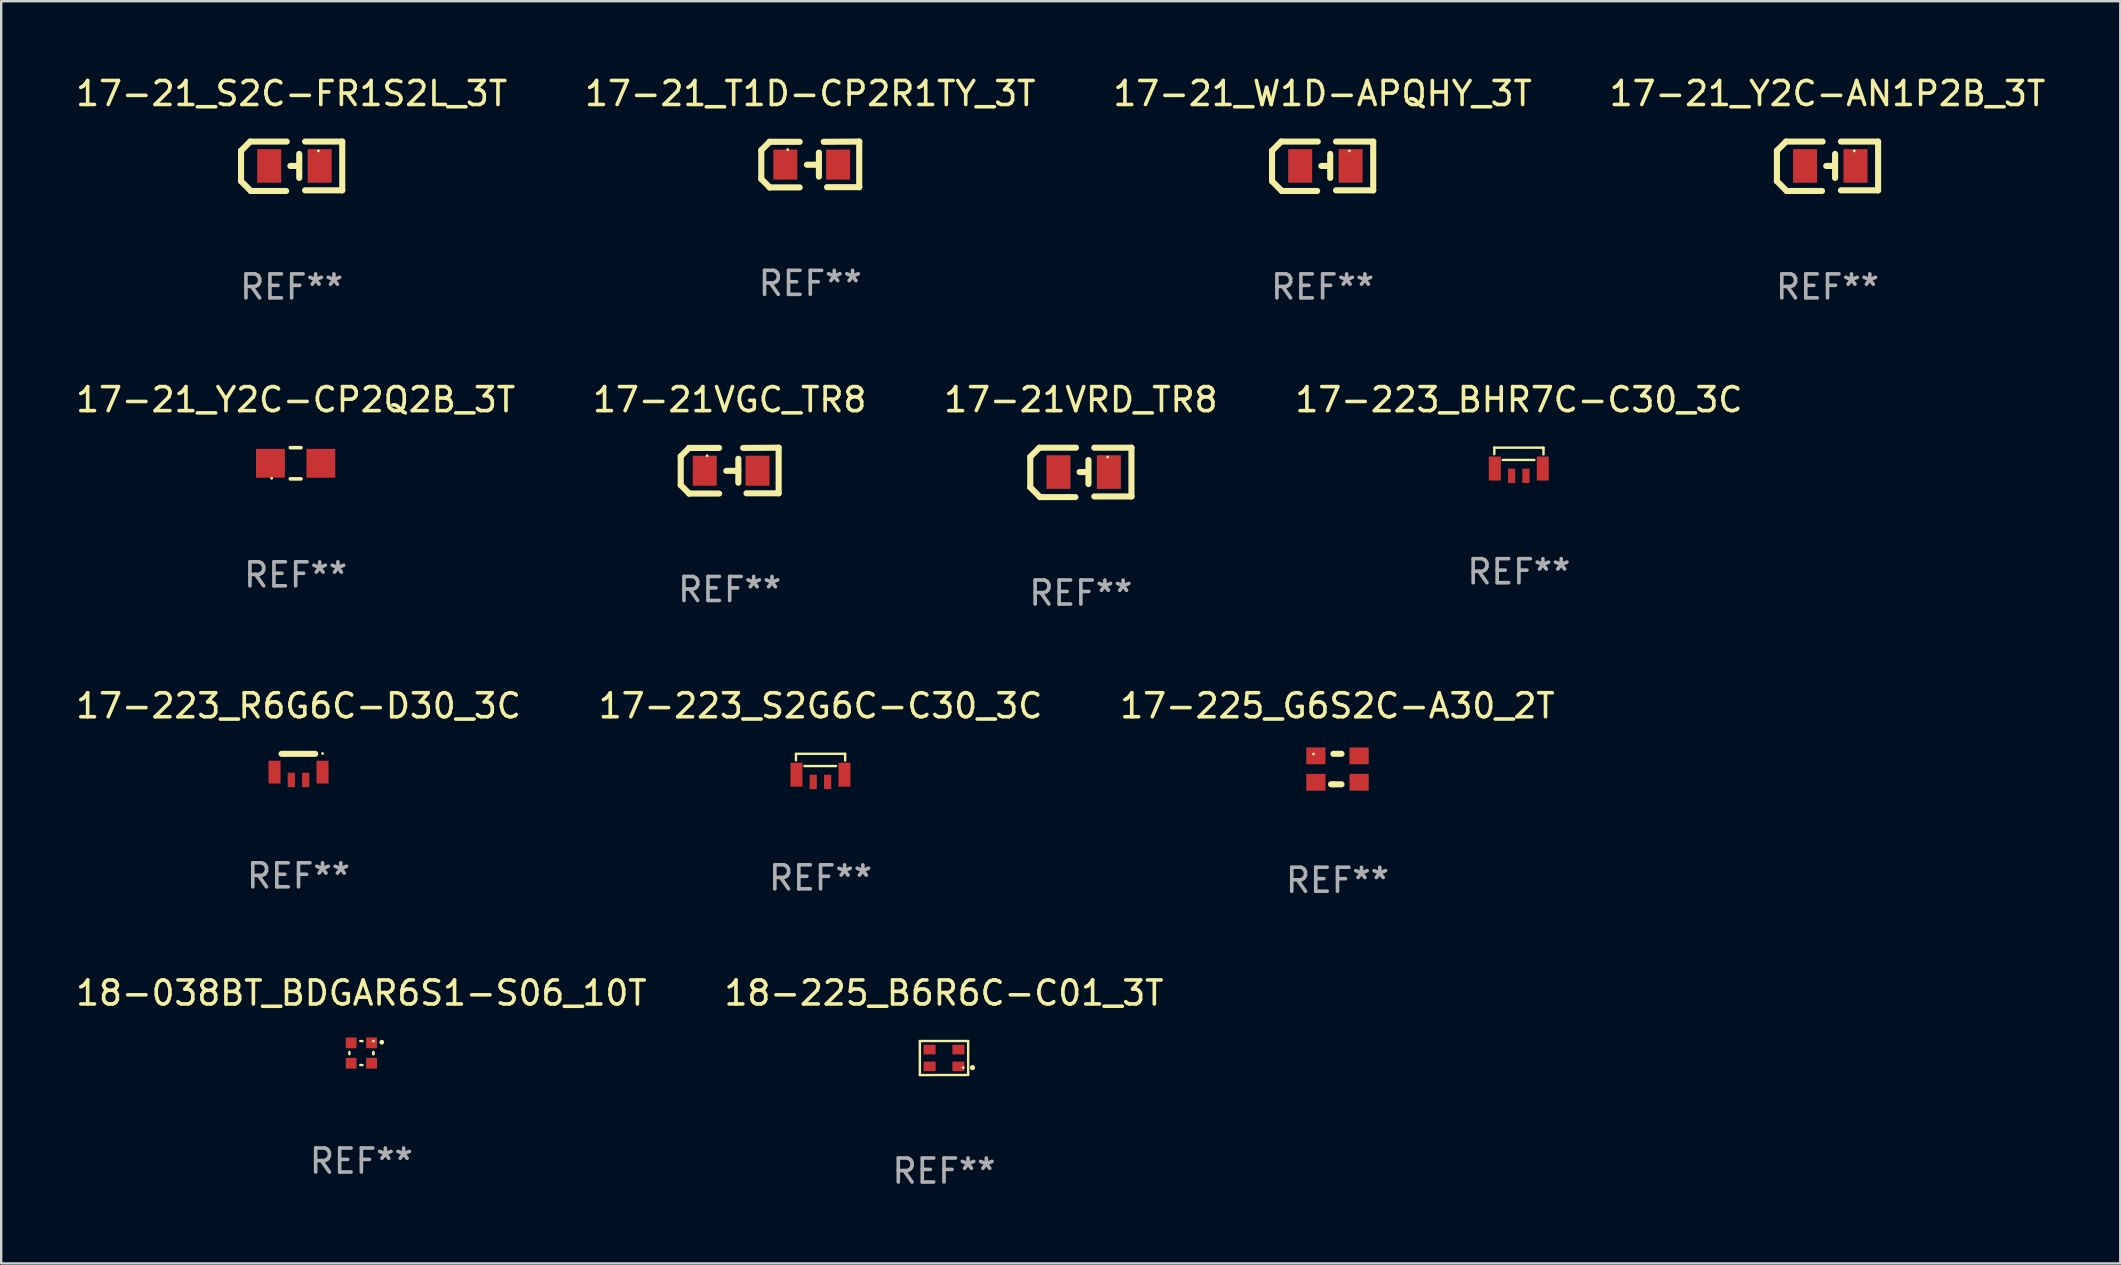
<source format=kicad_pcb>
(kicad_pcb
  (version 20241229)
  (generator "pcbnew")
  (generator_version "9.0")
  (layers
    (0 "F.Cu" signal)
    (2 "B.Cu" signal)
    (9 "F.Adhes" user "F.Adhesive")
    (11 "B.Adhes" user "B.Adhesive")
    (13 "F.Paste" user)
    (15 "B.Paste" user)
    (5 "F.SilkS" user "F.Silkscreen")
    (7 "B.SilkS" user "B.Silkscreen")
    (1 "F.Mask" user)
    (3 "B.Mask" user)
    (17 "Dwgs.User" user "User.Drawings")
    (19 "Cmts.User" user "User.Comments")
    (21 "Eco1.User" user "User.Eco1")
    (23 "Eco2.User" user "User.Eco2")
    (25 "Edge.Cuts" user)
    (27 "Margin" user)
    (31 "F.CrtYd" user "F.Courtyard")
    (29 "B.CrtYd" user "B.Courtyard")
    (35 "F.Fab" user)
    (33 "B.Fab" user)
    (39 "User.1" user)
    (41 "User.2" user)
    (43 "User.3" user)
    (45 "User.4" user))
  (footprint "17-21_S2C-FR1S2L_3T"
    (layer "F.Cu")
    (at 9.101 3.877)
    (property "Reference" "17-21_S2C-FR1S2L_3T" (at 0 -3.029 0) (layer "F.SilkS") (effects (font (size 1 1) (thickness 0.15))))
    (attr through_hole)
    (fp_line (start -2.108 -0.648) (end -1.727 -1.029) (stroke (width 0.254) (type solid)) (layer "F.SilkS"))
    (fp_line (start -2.108 0.622) (end -2.108 -0.648) (stroke (width 0.254) (type solid)) (layer "F.SilkS"))
    (fp_line (start -1.727 -1.029) (end -0.203 -1.029) (stroke (width 0.254) (type solid)) (layer "F.SilkS"))
    (fp_line (start -1.702 1.029) (end -2.108 0.622) (stroke (width 0.254) (type solid)) (layer "F.SilkS"))
    (fp_line (start -0.229 1.029) (end -1.702 1.029) (stroke (width 0.254) (type solid)) (layer "F.SilkS"))
    (fp_line (start 0.216 -0.014) (end -0.053 -0.014) (stroke (width 0.254) (type solid)) (layer "F.SilkS"))
    (fp_line (start 0.316 -0.514) (end 0.316 0.486) (stroke (width 0.254) (type solid)) (layer "F.SilkS"))
    (fp_line (start 0.559 1.003) (end 2.108 1.003) (stroke (width 0.254) (type solid)) (layer "F.SilkS"))
    (fp_line (start 2.108 -1.029) (end 0.559 -1.029) (stroke (width 0.254) (type solid)) (layer "F.SilkS"))
    (fp_line (start 2.108 1.003) (end 2.108 -1.029) (stroke (width 0.254) (type solid)) (layer "F.SilkS"))
    (fp_circle (center 1.116 -0.639) (end 1.146 -0.639) (stroke (width 0.06) (type solid)) (fill no) (layer "F.SilkS"))
    (fp_text user "REF**" (at 0 5.029 0) (layer "F.Fab") (effects (font (size 1 1) (thickness 0.15))))
    (pad "1" smd rect (at 1.166 -0.014 180) (size 1 1.4) (layers "F.Cu" "F.Mask" "F.Paste"))
    (pad "2" smd rect (at -0.935 -0.014 180) (size 1 1.4) (layers "F.Cu" "F.Mask" "F.Paste")))
  (footprint "17-223_BHR7C-C30_3C"
    (layer "F.Cu")
    (at 60.232 16.187)
    (property "Reference" "17-223_BHR7C-C30_3C" (at 0 -2.585 0) (layer "F.SilkS") (effects (font (size 1 1) (thickness 0.15))))
    (attr through_hole)
    (fp_line (start -1.025 -0.585) (end 1.025 -0.585) (stroke (width 0.1) (type solid)) (layer "F.SilkS"))
    (fp_line (start -1.025 -0.315) (end -1.025 -0.585) (stroke (width 0.1) (type solid)) (layer "F.SilkS"))
    (fp_line (start -0.675 -0.075) (end 0.645 -0.075) (stroke (width 0.1) (type solid)) (layer "F.SilkS"))
    (fp_line (start 1.025 -0.585) (end 1.025 -0.305) (stroke (width 0.1) (type solid)) (layer "F.SilkS"))
    (fp_circle (center 0.995 -0.565) (end 1.025 -0.565) (stroke (width 0.06) (type solid)) (fill no) (layer "F.SilkS"))
    (fp_text user "REF**" (at 0 4.585 0) (layer "F.Fab") (effects (font (size 1 1) (thickness 0.15))))
    (pad "1" smd rect (at 0.995 0.285 180) (size 0.5 1) (layers "F.Cu" "F.Mask" "F.Paste"))
    (pad "2" smd rect (at 0.295 0.585 270) (size 0.6 0.3) (layers "F.Cu" "F.Mask" "F.Paste"))
    (pad "3" smd rect (at -0.305 0.585 270) (size 0.6 0.3) (layers "F.Cu" "F.Mask" "F.Paste"))
    (pad "4" smd rect (at -1.005 0.285 180) (size 0.5 1) (layers "F.Cu" "F.Mask" "F.Paste")))
  (footprint "18-038BT_BDGAR6S1-S06_10T"
    (layer "F.Cu")
    (at 12.006 40.823)
    (property "Reference" "18-038BT_BDGAR6S1-S06_10T" (at 0 -2.5 0) (layer "F.SilkS") (effects (font (size 1 1) (thickness 0.15))))
    (attr through_hole)
    (fp_line (start -0.5 0.046) (end -0.5 -0.046) (stroke (width 0.1) (type solid)) (layer "F.SilkS"))
    (fp_line (start -0.046 -0.5) (end 0.046 -0.5) (stroke (width 0.1) (type solid)) (layer "F.SilkS"))
    (fp_line (start 0.046 0.5) (end -0.046 0.5) (stroke (width 0.1) (type solid)) (layer "F.SilkS"))
    (fp_line (start 0.5 0) (end 0.5 0.046) (stroke (width 0.1) (type solid)) (layer "F.SilkS"))
    (fp_line (start 0.5 0.046) (end 0.5 -0.046) (stroke (width 0.1) (type solid)) (layer "F.SilkS"))
    (fp_circle (center 0.5 -0.5) (end 0.53 -0.5) (stroke (width 0.06) (type solid)) (fill no) (layer "F.SilkS"))
    (fp_circle (center 0.85 -0.45) (end 0.9 -0.45) (stroke (width 0.1) (type solid)) (fill no) (layer "F.SilkS"))
    (fp_text user "REF**" (at 0 4.5 0) (layer "F.Fab") (effects (font (size 1 1) (thickness 0.15))))
    (pad "1" smd rect (at 0.425 -0.425 180) (size 0.45 0.45) (layers "F.Cu" "F.Mask" "F.Paste"))
    (pad "2" smd rect (at 0.425 0.425 180) (size 0.45 0.45) (layers "F.Cu" "F.Mask" "F.Paste"))
    (pad "3" smd rect (at -0.425 0.425 180) (size 0.45 0.45) (layers "F.Cu" "F.Mask" "F.Paste"))
    (pad "4" smd rect (at -0.425 -0.425 180) (size 0.45 0.45) (layers "F.Cu" "F.Mask" "F.Paste")))
  (footprint "17-21VGC_TR8"
    (layer "F.Cu")
    (at 27.351 16.557)
    (property "Reference" "17-21VGC_TR8" (at 0 -2.955 0) (layer "F.SilkS") (effects (font (size 1 1) (thickness 0.15))))
    (attr through_hole)
    (fp_line (start -2.04 -0.595) (end -2.04 0.605) (stroke (width 0.254) (type solid)) (layer "F.SilkS"))
    (fp_line (start -1.69 -0.945) (end -1.69 -0.945) (stroke (width 0.254) (type solid)) (layer "F.SilkS"))
    (fp_line (start -1.69 -0.945) (end -2.04 -0.595) (stroke (width 0.254) (type solid)) (layer "F.SilkS"))
    (fp_line (start -1.69 0.955) (end -2.04 0.605) (stroke (width 0.254) (type solid)) (layer "F.SilkS"))
    (fp_line (start -1.69 0.955) (end -1.69 0.955) (stroke (width 0.254) (type solid)) (layer "F.SilkS"))
    (fp_line (start -0.44 -0.945) (end -1.69 -0.945) (stroke (width 0.254) (type solid)) (layer "F.SilkS"))
    (fp_line (start -0.44 0.955) (end -1.69 0.955) (stroke (width 0.254) (type solid)) (layer "F.SilkS"))
    (fp_line (start 0.36 -0.495) (end 0.36 0.505) (stroke (width 0.254) (type solid)) (layer "F.SilkS"))
    (fp_line (start 0.36 0.01) (end -0.14 0.01) (stroke (width 0.254) (type solid)) (layer "F.SilkS"))
    (fp_line (start 0.56 -0.945) (end 2.04 -0.955) (stroke (width 0.254) (type solid)) (layer "F.SilkS"))
    (fp_line (start 0.7 0.945) (end 2.04 0.945) (stroke (width 0.254) (type solid)) (layer "F.SilkS"))
    (fp_line (start 2.04 -0.955) (end 2.04 0.945) (stroke (width 0.254) (type solid)) (layer "F.SilkS"))
    (fp_circle (center -0.94 -0.62) (end -0.91 -0.62) (stroke (width 0.06) (type solid)) (fill no) (layer "F.SilkS"))
    (fp_text user "REF**" (at 0 4.955 0) (layer "F.Fab") (effects (font (size 1 1) (thickness 0.15))))
    (pad "1" smd rect (at -1.04 0.005 180) (size 1 1.25) (layers "F.Cu" "F.Mask" "F.Paste"))
    (pad "2" smd rect (at 1.16 0.005 180) (size 1 1.25) (layers "F.Cu" "F.Mask" "F.Paste")))
  (footprint "17-225_G6S2C-A30_2T"
    (layer "F.Cu")
    (at 52.673 28.991)
    (property "Reference" "17-225_G6S2C-A30_2T" (at 0 -2.635 0) (layer "F.SilkS") (effects (font (size 1 1) (thickness 0.15))))
    (attr through_hole)
    (fp_line (start -0.169 -0.635) (end 0.169 -0.635) (stroke (width 0.254) (type solid)) (layer "F.SilkS"))
    (fp_line (start -0.169 0.635) (end -0.269 0.635) (stroke (width 0.254) (type solid)) (layer "F.SilkS"))
    (fp_line (start -0.169 0.635) (end 0.169 0.635) (stroke (width 0.254) (type solid)) (layer "F.SilkS"))
    (fp_circle (center -1 -0.625) (end -0.97 -0.625) (stroke (width 0.06) (type solid)) (fill no) (layer "F.SilkS"))
    (fp_text user "REF**" (at 0 4.635 0) (layer "F.Fab") (effects (font (size 1 1) (thickness 0.15))))
    (pad "1" smd rect (at -0.9 -0.55 180) (size 0.8 0.7) (layers "F.Cu" "F.Mask" "F.Paste"))
    (pad "2" smd rect (at -0.9 0.55 180) (size 0.8 0.7) (layers "F.Cu" "F.Mask" "F.Paste"))
    (pad "3" smd rect (at 0.9 -0.55 180) (size 0.8 0.7) (layers "F.Cu" "F.Mask" "F.Paste"))
    (pad "4" smd rect (at 0.9 0.55 180) (size 0.8 0.7) (layers "F.Cu" "F.Mask" "F.Paste")))
  (footprint "17-223_S2G6C-C30_3C"
    (layer "F.Cu")
    (at 31.137 28.941)
    (property "Reference" "17-223_S2G6C-C30_3C" (at 0 -2.585 0) (layer "F.SilkS") (effects (font (size 1 1) (thickness 0.15))))
    (attr through_hole)
    (fp_line (start -1.025 -0.585) (end 1.025 -0.585) (stroke (width 0.1) (type solid)) (layer "F.SilkS"))
    (fp_line (start -1.025 -0.315) (end -1.025 -0.585) (stroke (width 0.1) (type solid)) (layer "F.SilkS"))
    (fp_line (start -0.675 -0.075) (end 0.645 -0.075) (stroke (width 0.1) (type solid)) (layer "F.SilkS"))
    (fp_line (start 1.025 -0.585) (end 1.025 -0.305) (stroke (width 0.1) (type solid)) (layer "F.SilkS"))
    (fp_circle (center 0.995 -0.565) (end 1.025 -0.565) (stroke (width 0.06) (type solid)) (fill no) (layer "F.SilkS"))
    (fp_text user "REF**" (at 0 4.585 0) (layer "F.Fab") (effects (font (size 1 1) (thickness 0.15))))
    (pad "1" smd rect (at 0.995 0.285 180) (size 0.5 1) (layers "F.Cu" "F.Mask" "F.Paste"))
    (pad "2" smd rect (at 0.295 0.585 270) (size 0.6 0.3) (layers "F.Cu" "F.Mask" "F.Paste"))
    (pad "3" smd rect (at -0.305 0.585 270) (size 0.6 0.3) (layers "F.Cu" "F.Mask" "F.Paste"))
    (pad "4" smd rect (at -1.005 0.285 180) (size 0.5 1) (layers "F.Cu" "F.Mask" "F.Paste")))
  (footprint "17-223_R6G6C-D30_3C"
    (layer "F.Cu")
    (at 9.387 28.9)
    (property "Reference" "17-223_R6G6C-D30_3C" (at 0 -2.543 0) (layer "F.SilkS") (effects (font (size 1 1) (thickness 0.15))))
    (attr through_hole)
    (fp_line (start -0.705 -0.543) (end 0.695 -0.543) (stroke (width 0.254) (type solid)) (layer "F.SilkS"))
    (fp_circle (center 1.001 -0.557) (end 1.031 -0.557) (stroke (width 0.06) (type solid)) (fill no) (layer "F.SilkS"))
    (fp_text user "REF**" (at 0 4.543 0) (layer "F.Fab") (effects (font (size 1 1) (thickness 0.15))))
    (pad "1" smd rect (at 1 0.219) (size 0.5 0.95) (layers "F.Cu" "F.Mask" "F.Paste"))
    (pad "2" smd rect (at 0.3 0.543) (size 0.3 0.6) (layers "F.Cu" "F.Mask" "F.Paste"))
    (pad "3" smd rect (at -0.3 0.543) (size 0.3 0.6) (layers "F.Cu" "F.Mask" "F.Paste"))
    (pad "4" smd rect (at -1 0.219) (size 0.5 0.95) (layers "F.Cu" "F.Mask" "F.Paste")))
  (footprint "18-225_B6R6C-C01_3T"
    (layer "F.Cu")
    (at 36.28 41.031)
    (property "Reference" "18-225_B6R6C-C01_3T" (at 0 -2.709 0) (layer "F.SilkS") (effects (font (size 1 1) (thickness 0.15))))
    (attr through_hole)
    (fp_line (start -1.006 -0.709) (end -1.006 0.709) (stroke (width 0.1) (type solid)) (layer "F.SilkS"))
    (fp_line (start -1.006 0.709) (end 1.005 0.705) (stroke (width 0.1) (type solid)) (layer "F.SilkS"))
    (fp_line (start 1.006 -0.709) (end -1.006 -0.709) (stroke (width 0.1) (type solid)) (layer "F.SilkS"))
    (fp_line (start 1.006 0.597) (end 1.006 -0.709) (stroke (width 0.1) (type solid)) (layer "F.SilkS"))
    (fp_line (start 1.006 0.597) (end 1.006 0.705) (stroke (width 0.1) (type solid)) (layer "F.SilkS"))
    (fp_circle (center 0.8 0.398) (end 0.83 0.398) (stroke (width 0.06) (type solid)) (fill no) (layer "F.SilkS"))
    (fp_circle (center 1.185 0.398) (end 1.243 0.398) (stroke (width 0.1) (type solid)) (fill no) (layer "F.SilkS"))
    (fp_text user "REF**" (at 0 4.709 0) (layer "F.Fab") (effects (font (size 1 1) (thickness 0.15))))
    (pad "1" smd rect (at 0.6 0.347) (size 0.5 0.4) (layers "F.Cu" "F.Mask" "F.Paste"))
    (pad "2" smd rect (at 0.6 -0.353) (size 0.5 0.4) (layers "F.Cu" "F.Mask" "F.Paste"))
    (pad "3" smd rect (at -0.6 -0.353) (size 0.5 0.4) (layers "F.Cu" "F.Mask" "F.Paste"))
    (pad "4" smd rect (at -0.6 0.347) (size 0.5 0.4) (layers "F.Cu" "F.Mask" "F.Paste")))
  (footprint "17-21_Y2C-AN1P2B_3T"
    (layer "F.Cu")
    (at 73.089 3.877)
    (property "Reference" "17-21_Y2C-AN1P2B_3T" (at 0 -3.029 0) (layer "F.SilkS") (effects (font (size 1 1) (thickness 0.15))))
    (attr through_hole)
    (fp_line (start -2.108 -0.648) (end -1.727 -1.029) (stroke (width 0.254) (type solid)) (layer "F.SilkS"))
    (fp_line (start -2.108 0.622) (end -2.108 -0.648) (stroke (width 0.254) (type solid)) (layer "F.SilkS"))
    (fp_line (start -1.727 -1.029) (end -0.203 -1.029) (stroke (width 0.254) (type solid)) (layer "F.SilkS"))
    (fp_line (start -1.702 1.029) (end -2.108 0.622) (stroke (width 0.254) (type solid)) (layer "F.SilkS"))
    (fp_line (start -0.229 1.029) (end -1.702 1.029) (stroke (width 0.254) (type solid)) (layer "F.SilkS"))
    (fp_line (start 0.216 -0.014) (end -0.053 -0.014) (stroke (width 0.254) (type solid)) (layer "F.SilkS"))
    (fp_line (start 0.316 -0.514) (end 0.316 0.486) (stroke (width 0.254) (type solid)) (layer "F.SilkS"))
    (fp_line (start 0.559 1.003) (end 2.108 1.003) (stroke (width 0.254) (type solid)) (layer "F.SilkS"))
    (fp_line (start 2.108 -1.029) (end 0.559 -1.029) (stroke (width 0.254) (type solid)) (layer "F.SilkS"))
    (fp_line (start 2.108 1.003) (end 2.108 -1.029) (stroke (width 0.254) (type solid)) (layer "F.SilkS"))
    (fp_circle (center 1.116 -0.639) (end 1.146 -0.639) (stroke (width 0.06) (type solid)) (fill no) (layer "F.SilkS"))
    (fp_text user "REF**" (at 0 5.029 0) (layer "F.Fab") (effects (font (size 1 1) (thickness 0.15))))
    (pad "1" smd rect (at 1.166 -0.014 180) (size 1 1.4) (layers "F.Cu" "F.Mask" "F.Paste"))
    (pad "2" smd rect (at -0.935 -0.014 180) (size 1 1.4) (layers "F.Cu" "F.Mask" "F.Paste")))
  (footprint "17-21VRD_TR8"
    (layer "F.Cu")
    (at 41.982 16.631)
    (property "Reference" "17-21VRD_TR8" (at 0 -3.029 0) (layer "F.SilkS") (effects (font (size 1 1) (thickness 0.15))))
    (attr through_hole)
    (fp_line (start -2.108 -0.648) (end -1.727 -1.029) (stroke (width 0.254) (type solid)) (layer "F.SilkS"))
    (fp_line (start -2.108 0.622) (end -2.108 -0.648) (stroke (width 0.254) (type solid)) (layer "F.SilkS"))
    (fp_line (start -1.727 -1.029) (end -0.203 -1.029) (stroke (width 0.254) (type solid)) (layer "F.SilkS"))
    (fp_line (start -1.702 1.029) (end -2.108 0.622) (stroke (width 0.254) (type solid)) (layer "F.SilkS"))
    (fp_line (start -0.229 1.029) (end -1.702 1.029) (stroke (width 0.254) (type solid)) (layer "F.SilkS"))
    (fp_line (start 0.216 -0.014) (end -0.053 -0.014) (stroke (width 0.254) (type solid)) (layer "F.SilkS"))
    (fp_line (start 0.316 -0.514) (end 0.316 0.486) (stroke (width 0.254) (type solid)) (layer "F.SilkS"))
    (fp_line (start 0.559 1.003) (end 2.108 1.003) (stroke (width 0.254) (type solid)) (layer "F.SilkS"))
    (fp_line (start 2.108 -1.029) (end 0.559 -1.029) (stroke (width 0.254) (type solid)) (layer "F.SilkS"))
    (fp_line (start 2.108 1.003) (end 2.108 -1.029) (stroke (width 0.254) (type solid)) (layer "F.SilkS"))
    (fp_circle (center 1.116 -0.639) (end 1.146 -0.639) (stroke (width 0.06) (type solid)) (fill no) (layer "F.SilkS"))
    (fp_text user "REF**" (at 0 5.029 0) (layer "F.Fab") (effects (font (size 1 1) (thickness 0.15))))
    (pad "1" smd rect (at 1.166 -0.014 180) (size 1 1.4) (layers "F.Cu" "F.Mask" "F.Paste"))
    (pad "2" smd rect (at -0.935 -0.014 180) (size 1 1.4) (layers "F.Cu" "F.Mask" "F.Paste")))
  (footprint "17-21_T1D-CP2R1TY_3T"
    (layer "F.Cu")
    (at 30.708 3.803)
    (property "Reference" "17-21_T1D-CP2R1TY_3T" (at 0 -2.955 0) (layer "F.SilkS") (effects (font (size 1 1) (thickness 0.15))))
    (attr through_hole)
    (fp_line (start -2.04 -0.595) (end -2.04 0.605) (stroke (width 0.254) (type solid)) (layer "F.SilkS"))
    (fp_line (start -1.69 -0.945) (end -1.69 -0.945) (stroke (width 0.254) (type solid)) (layer "F.SilkS"))
    (fp_line (start -1.69 -0.945) (end -2.04 -0.595) (stroke (width 0.254) (type solid)) (layer "F.SilkS"))
    (fp_line (start -1.69 0.955) (end -2.04 0.605) (stroke (width 0.254) (type solid)) (layer "F.SilkS"))
    (fp_line (start -1.69 0.955) (end -1.69 0.955) (stroke (width 0.254) (type solid)) (layer "F.SilkS"))
    (fp_line (start -0.44 -0.945) (end -1.69 -0.945) (stroke (width 0.254) (type solid)) (layer "F.SilkS"))
    (fp_line (start -0.44 0.955) (end -1.69 0.955) (stroke (width 0.254) (type solid)) (layer "F.SilkS"))
    (fp_line (start 0.36 -0.495) (end 0.36 0.505) (stroke (width 0.254) (type solid)) (layer "F.SilkS"))
    (fp_line (start 0.36 0.01) (end -0.14 0.01) (stroke (width 0.254) (type solid)) (layer "F.SilkS"))
    (fp_line (start 0.56 -0.945) (end 2.04 -0.955) (stroke (width 0.254) (type solid)) (layer "F.SilkS"))
    (fp_line (start 0.7 0.945) (end 2.04 0.945) (stroke (width 0.254) (type solid)) (layer "F.SilkS"))
    (fp_line (start 2.04 -0.955) (end 2.04 0.945) (stroke (width 0.254) (type solid)) (layer "F.SilkS"))
    (fp_circle (center -0.94 -0.62) (end -0.91 -0.62) (stroke (width 0.06) (type solid)) (fill no) (layer "F.SilkS"))
    (fp_text user "REF**" (at 0 4.955 0) (layer "F.Fab") (effects (font (size 1 1) (thickness 0.15))))
    (pad "1" smd rect (at -1.04 0.005 180) (size 1 1.25) (layers "F.Cu" "F.Mask" "F.Paste"))
    (pad "2" smd rect (at 1.16 0.005 180) (size 1 1.25) (layers "F.Cu" "F.Mask" "F.Paste")))
  (footprint "17-21_W1D-APQHY_3T"
    (layer "F.Cu")
    (at 52.054 3.877)
    (property "Reference" "17-21_W1D-APQHY_3T" (at 0 -3.029 0) (layer "F.SilkS") (effects (font (size 1 1) (thickness 0.15))))
    (attr through_hole)
    (fp_line (start -2.108 -0.648) (end -1.727 -1.029) (stroke (width 0.254) (type solid)) (layer "F.SilkS"))
    (fp_line (start -2.108 0.622) (end -2.108 -0.648) (stroke (width 0.254) (type solid)) (layer "F.SilkS"))
    (fp_line (start -1.727 -1.029) (end -0.203 -1.029) (stroke (width 0.254) (type solid)) (layer "F.SilkS"))
    (fp_line (start -1.702 1.029) (end -2.108 0.622) (stroke (width 0.254) (type solid)) (layer "F.SilkS"))
    (fp_line (start -0.229 1.029) (end -1.702 1.029) (stroke (width 0.254) (type solid)) (layer "F.SilkS"))
    (fp_line (start 0.216 -0.014) (end -0.053 -0.014) (stroke (width 0.254) (type solid)) (layer "F.SilkS"))
    (fp_line (start 0.316 -0.514) (end 0.316 0.486) (stroke (width 0.254) (type solid)) (layer "F.SilkS"))
    (fp_line (start 0.559 1.003) (end 2.108 1.003) (stroke (width 0.254) (type solid)) (layer "F.SilkS"))
    (fp_line (start 2.108 -1.029) (end 0.559 -1.029) (stroke (width 0.254) (type solid)) (layer "F.SilkS"))
    (fp_line (start 2.108 1.003) (end 2.108 -1.029) (stroke (width 0.254) (type solid)) (layer "F.SilkS"))
    (fp_circle (center 1.116 -0.639) (end 1.146 -0.639) (stroke (width 0.06) (type solid)) (fill no) (layer "F.SilkS"))
    (fp_text user "REF**" (at 0 5.029 0) (layer "F.Fab") (effects (font (size 1 1) (thickness 0.15))))
    (pad "1" smd rect (at 1.166 -0.014 180) (size 1 1.4) (layers "F.Cu" "F.Mask" "F.Paste"))
    (pad "2" smd rect (at -0.935 -0.014 180) (size 1 1.4) (layers "F.Cu" "F.Mask" "F.Paste")))
  (footprint "17-21_Y2C-CP2Q2B_3T"
    (layer "F.Cu")
    (at 9.268 16.252)
    (property "Reference" "17-21_Y2C-CP2Q2B_3T" (at 0 -2.65 0) (layer "F.SilkS") (effects (font (size 1 1) (thickness 0.15))))
    (attr through_hole)
    (fp_line (start -0.222 -0.65) (end 0.222 -0.65) (stroke (width 0.15) (type solid)) (layer "F.SilkS"))
    (fp_line (start -0.222 0.65) (end 0.222 0.65) (stroke (width 0.15) (type solid)) (layer "F.SilkS"))
    (fp_circle (center -1 0.625) (end -0.97 0.625) (stroke (width 0.06) (type solid)) (fill no) (layer "F.SilkS"))
    (fp_text user "REF**" (at 0 4.65 0) (layer "F.Fab") (effects (font (size 1 1) (thickness 0.15))))
    (pad "1" smd rect (at -1.05 0) (size 1.2 1.2) (layers "F.Cu" "F.Mask" "F.Paste"))
    (pad "2" smd rect (at 1.05 0) (size 1.2 1.2) (layers "F.Cu" "F.Mask" "F.Paste")))
  (gr_rect
    (start -3 -3)
    (end 85.286 49.588)
    (stroke (width 0.1) (type default))
    (fill no)
    (layer "Edge.Cuts")))
</source>
